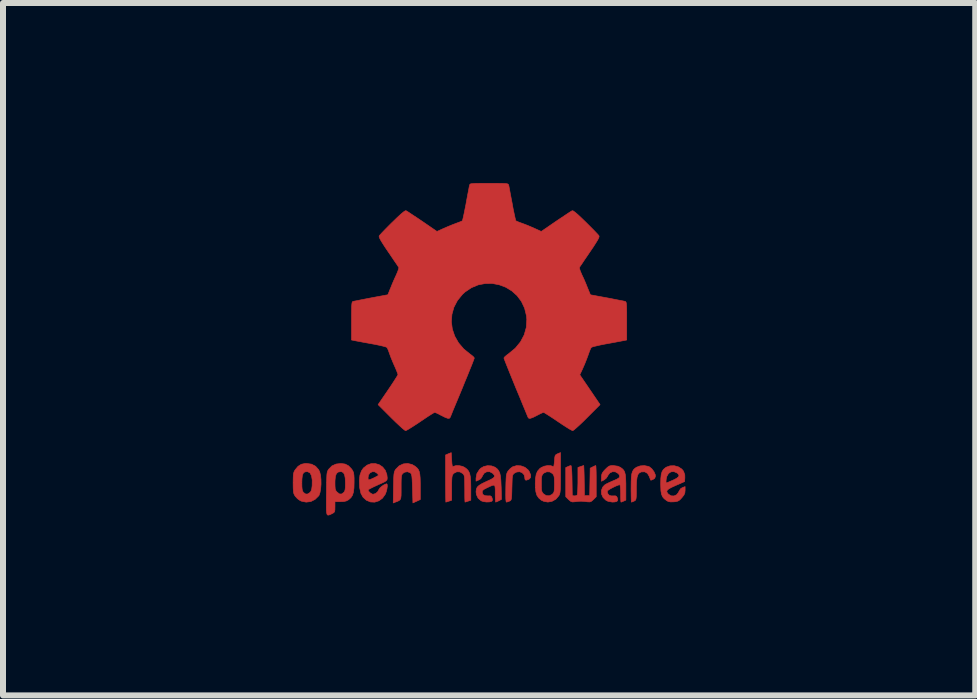
<source format=kicad_pcb>
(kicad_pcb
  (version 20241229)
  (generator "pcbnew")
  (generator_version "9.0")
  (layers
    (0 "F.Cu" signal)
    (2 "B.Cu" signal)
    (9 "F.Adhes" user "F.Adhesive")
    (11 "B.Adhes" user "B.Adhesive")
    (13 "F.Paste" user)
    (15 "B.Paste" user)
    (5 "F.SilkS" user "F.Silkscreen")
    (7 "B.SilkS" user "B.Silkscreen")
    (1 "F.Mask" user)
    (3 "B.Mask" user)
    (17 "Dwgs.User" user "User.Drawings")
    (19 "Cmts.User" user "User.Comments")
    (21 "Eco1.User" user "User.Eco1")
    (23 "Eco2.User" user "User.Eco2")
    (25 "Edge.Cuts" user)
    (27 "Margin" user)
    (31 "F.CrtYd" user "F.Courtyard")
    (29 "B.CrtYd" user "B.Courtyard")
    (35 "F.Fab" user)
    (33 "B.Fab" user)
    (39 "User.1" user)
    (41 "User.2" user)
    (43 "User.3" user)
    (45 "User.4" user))
  (footprint "oshw_surface"
    (layer "F.Cu")
    (at 5.101 2.763)
    (property "Reference" "oshw_surface" (at 0 0 0) (layer "F.Mask") (effects (font (size 1 1) (thickness 0.15))))
    (attr exclude_from_pos_files exclude_from_bom)
    (fp_poly (pts (xy 2.653 1.959) (xy 2.67 1.966) (xy 2.711 1.999) (xy 2.747 2.047) (xy 2.769 2.097) (xy 2.772 2.122) (xy 2.76 2.157) (xy 2.734 2.175) (xy 2.706 2.187) (xy 2.693 2.189) (xy 2.687 2.174) (xy 2.674 2.141) (xy 2.669 2.127) (xy 2.639 2.076) (xy 2.595 2.05) (xy 2.538 2.051) (xy 2.534 2.052) (xy 2.504 2.067) (xy 2.481 2.094) (xy 2.466 2.139) (xy 2.457 2.205) (xy 2.453 2.294) (xy 2.453 2.341) (xy 2.453 2.416) (xy 2.452 2.467) (xy 2.448 2.499) (xy 2.442 2.518) (xy 2.432 2.529) (xy 2.417 2.537) (xy 2.416 2.538) (xy 2.387 2.55) (xy 2.372 2.555) (xy 2.37 2.541) (xy 2.368 2.503) (xy 2.367 2.446) (xy 2.366 2.374) (xy 2.366 2.322) (xy 2.367 2.22) (xy 2.37 2.143) (xy 2.377 2.086) (xy 2.389 2.045) (xy 2.407 2.014) (xy 2.432 1.99) (xy 2.457 1.973) (xy 2.517 1.951) (xy 2.587 1.946) (xy 2.653 1.959)) (stroke (width 0.01) (type solid)) (fill yes) (layer "F.Cu"))
    (fp_poly (pts (xy -1.284 1.928) (xy -1.237 1.955) (xy -1.205 1.981) (xy -1.181 2.009) (xy -1.165 2.044) (xy -1.155 2.089) (xy -1.149 2.151) (xy -1.147 2.234) (xy -1.147 2.293) (xy -1.147 2.512) (xy -1.208 2.54) (xy -1.27 2.568) (xy -1.277 2.328) (xy -1.28 2.238) (xy -1.283 2.173) (xy -1.287 2.128) (xy -1.293 2.099) (xy -1.3 2.081) (xy -1.31 2.07) (xy -1.313 2.067) (xy -1.36 2.048) (xy -1.408 2.056) (xy -1.437 2.076) (xy -1.449 2.09) (xy -1.457 2.108) (xy -1.462 2.136) (xy -1.465 2.179) (xy -1.466 2.242) (xy -1.466 2.307) (xy -1.466 2.389) (xy -1.467 2.447) (xy -1.472 2.486) (xy -1.482 2.512) (xy -1.499 2.528) (xy -1.525 2.541) (xy -1.56 2.554) (xy -1.598 2.569) (xy -1.594 2.311) (xy -1.592 2.219) (xy -1.59 2.15) (xy -1.587 2.101) (xy -1.582 2.066) (xy -1.575 2.042) (xy -1.566 2.022) (xy -1.554 2.005) (xy -1.499 1.95) (xy -1.431 1.918) (xy -1.357 1.91) (xy -1.284 1.928)) (stroke (width 0.01) (type solid)) (fill yes) (layer "F.Cu"))
    (fp_poly (pts (xy 0.53 1.95) (xy 0.596 1.974) (xy 0.649 2.017) (xy 0.67 2.047) (xy 0.693 2.103) (xy 0.692 2.143) (xy 0.669 2.17) (xy 0.66 2.175) (xy 0.622 2.189) (xy 0.602 2.185) (xy 0.595 2.161) (xy 0.595 2.148) (xy 0.583 2.099) (xy 0.551 2.065) (xy 0.508 2.048) (xy 0.459 2.053) (xy 0.419 2.074) (xy 0.405 2.087) (xy 0.396 2.101) (xy 0.389 2.124) (xy 0.385 2.159) (xy 0.383 2.212) (xy 0.381 2.288) (xy 0.38 2.312) (xy 0.378 2.394) (xy 0.376 2.451) (xy 0.372 2.49) (xy 0.367 2.513) (xy 0.359 2.526) (xy 0.347 2.535) (xy 0.339 2.538) (xy 0.307 2.55) (xy 0.288 2.555) (xy 0.282 2.541) (xy 0.278 2.5) (xy 0.277 2.431) (xy 0.278 2.334) (xy 0.278 2.319) (xy 0.28 2.23) (xy 0.283 2.165) (xy 0.286 2.119) (xy 0.292 2.087) (xy 0.3 2.064) (xy 0.311 2.044) (xy 0.317 2.035) (xy 0.35 1.998) (xy 0.388 1.969) (xy 0.392 1.966) (xy 0.459 1.946) (xy 0.53 1.95)) (stroke (width 0.01) (type solid)) (fill yes) (layer "F.Cu"))
    (fp_poly (pts (xy -0.624 1.851) (xy -0.62 1.911) (xy -0.615 1.946) (xy -0.608 1.961) (xy -0.598 1.961) (xy -0.595 1.959) (xy -0.552 1.946) (xy -0.497 1.947) (xy -0.44 1.96) (xy -0.405 1.978) (xy -0.369 2.006) (xy -0.342 2.038) (xy -0.324 2.078) (xy -0.313 2.132) (xy -0.307 2.204) (xy -0.305 2.299) (xy -0.305 2.317) (xy -0.305 2.523) (xy -0.351 2.539) (xy -0.383 2.549) (xy -0.401 2.554) (xy -0.401 2.555) (xy -0.403 2.541) (xy -0.405 2.503) (xy -0.406 2.446) (xy -0.406 2.375) (xy -0.406 2.332) (xy -0.407 2.247) (xy -0.408 2.186) (xy -0.41 2.144) (xy -0.415 2.117) (xy -0.422 2.098) (xy -0.433 2.085) (xy -0.44 2.078) (xy -0.487 2.051) (xy -0.538 2.049) (xy -0.584 2.072) (xy -0.593 2.08) (xy -0.605 2.095) (xy -0.614 2.114) (xy -0.619 2.14) (xy -0.622 2.18) (xy -0.624 2.238) (xy -0.624 2.318) (xy -0.624 2.523) (xy -0.67 2.539) (xy -0.702 2.549) (xy -0.72 2.554) (xy -0.721 2.555) (xy -0.722 2.541) (xy -0.723 2.501) (xy -0.724 2.441) (xy -0.725 2.362) (xy -0.726 2.269) (xy -0.726 2.167) (xy -0.726 1.769) (xy -0.679 1.749) (xy -0.631 1.73) (xy -0.624 1.851)) (stroke (width 0.01) (type solid)) (fill yes) (layer "F.Cu"))
    (fp_poly (pts (xy 1.78 1.959) (xy 1.782 1.997) (xy 1.784 2.055) (xy 1.785 2.128) (xy 1.785 2.205) (xy 1.785 2.465) (xy 1.739 2.511) (xy 1.708 2.539) (xy 1.68 2.551) (xy 1.642 2.55) (xy 1.627 2.548) (xy 1.58 2.543) (xy 1.541 2.54) (xy 1.531 2.54) (xy 1.499 2.541) (xy 1.453 2.546) (xy 1.436 2.548) (xy 1.392 2.552) (xy 1.363 2.544) (xy 1.334 2.521) (xy 1.323 2.511) (xy 1.277 2.465) (xy 1.277 1.979) (xy 1.314 1.962) (xy 1.346 1.949) (xy 1.365 1.945) (xy 1.369 1.959) (xy 1.374 1.997) (xy 1.378 2.056) (xy 1.381 2.132) (xy 1.382 2.195) (xy 1.386 2.446) (xy 1.421 2.451) (xy 1.452 2.447) (xy 1.468 2.436) (xy 1.472 2.415) (xy 1.476 2.371) (xy 1.478 2.309) (xy 1.48 2.235) (xy 1.48 2.197) (xy 1.48 1.977) (xy 1.526 1.961) (xy 1.559 1.95) (xy 1.576 1.945) (xy 1.577 1.945) (xy 1.578 1.959) (xy 1.58 1.997) (xy 1.582 2.054) (xy 1.584 2.127) (xy 1.585 2.195) (xy 1.589 2.446) (xy 1.676 2.446) (xy 1.68 2.217) (xy 1.684 1.989) (xy 1.727 1.967) (xy 1.758 1.952) (xy 1.777 1.945) (xy 1.777 1.945) (xy 1.78 1.959)) (stroke (width 0.01) (type solid)) (fill yes) (layer "F.Cu"))
    (fp_poly (pts (xy -2.959 1.922) (xy -2.891 1.958) (xy -2.841 2.015) (xy -2.823 2.052) (xy -2.809 2.108) (xy -2.802 2.178) (xy -2.801 2.255) (xy -2.807 2.33) (xy -2.818 2.394) (xy -2.834 2.441) (xy -2.839 2.449) (xy -2.9 2.509) (xy -2.971 2.545) (xy -3.049 2.555) (xy -3.127 2.539) (xy -3.149 2.529) (xy -3.192 2.499) (xy -3.229 2.459) (xy -3.233 2.454) (xy -3.247 2.43) (xy -3.257 2.404) (xy -3.262 2.37) (xy -3.265 2.321) (xy -3.266 2.251) (xy -3.266 2.235) (xy -3.266 2.23) (xy -3.121 2.23) (xy -3.12 2.296) (xy -3.116 2.34) (xy -3.109 2.369) (xy -3.098 2.388) (xy -3.092 2.395) (xy -3.057 2.42) (xy -3.023 2.419) (xy -2.989 2.397) (xy -2.969 2.374) (xy -2.957 2.34) (xy -2.95 2.288) (xy -2.949 2.281) (xy -2.948 2.186) (xy -2.96 2.114) (xy -2.985 2.068) (xy -3.023 2.048) (xy -3.037 2.047) (xy -3.073 2.052) (xy -3.097 2.072) (xy -3.112 2.109) (xy -3.119 2.168) (xy -3.121 2.23) (xy -3.266 2.23) (xy -3.265 2.16) (xy -3.263 2.108) (xy -3.258 2.072) (xy -3.249 2.045) (xy -3.236 2.022) (xy -3.233 2.017) (xy -3.184 1.958) (xy -3.13 1.924) (xy -3.064 1.91) (xy -3.042 1.91) (xy -2.959 1.922)) (stroke (width 0.01) (type solid)) (fill yes) (layer "F.Cu"))
    (fp_poly (pts (xy 3.154 1.967) (xy 3.211 2.004) (xy 3.239 2.038) (xy 3.261 2.099) (xy 3.262 2.147) (xy 3.258 2.212) (xy 3.11 2.277) (xy 3.037 2.31) (xy 2.99 2.337) (xy 2.966 2.36) (xy 2.961 2.383) (xy 2.975 2.407) (xy 2.99 2.424) (xy 3.034 2.45) (xy 3.081 2.452) (xy 3.125 2.432) (xy 3.157 2.391) (xy 3.163 2.376) (xy 3.191 2.331) (xy 3.222 2.312) (xy 3.266 2.296) (xy 3.266 2.358) (xy 3.262 2.4) (xy 3.247 2.436) (xy 3.215 2.477) (xy 3.211 2.482) (xy 3.176 2.519) (xy 3.145 2.538) (xy 3.108 2.547) (xy 3.076 2.55) (xy 3.02 2.551) (xy 2.981 2.542) (xy 2.956 2.528) (xy 2.917 2.497) (xy 2.89 2.465) (xy 2.873 2.423) (xy 2.863 2.368) (xy 2.86 2.291) (xy 2.859 2.253) (xy 2.86 2.206) (xy 2.948 2.206) (xy 2.949 2.231) (xy 2.952 2.235) (xy 2.968 2.23) (xy 3.004 2.215) (xy 3.052 2.194) (xy 3.062 2.19) (xy 3.123 2.159) (xy 3.157 2.132) (xy 3.164 2.106) (xy 3.146 2.08) (xy 3.132 2.069) (xy 3.079 2.046) (xy 3.03 2.05) (xy 2.989 2.078) (xy 2.961 2.127) (xy 2.952 2.166) (xy 2.948 2.206) (xy 2.86 2.206) (xy 2.861 2.162) (xy 2.868 2.095) (xy 2.882 2.047) (xy 2.904 2.011) (xy 2.937 1.983) (xy 2.951 1.973) (xy 3.015 1.95) (xy 3.085 1.948) (xy 3.154 1.967)) (stroke (width 0.01) (type solid)) (fill yes) (layer "F.Cu"))
    (fp_poly (pts (xy 1.19 2.065) (xy 1.19 2.174) (xy 1.189 2.257) (xy 1.188 2.32) (xy 1.185 2.365) (xy 1.181 2.397) (xy 1.175 2.421) (xy 1.167 2.439) (xy 1.161 2.449) (xy 1.112 2.506) (xy 1.049 2.541) (xy 0.98 2.554) (xy 0.911 2.542) (xy 0.869 2.522) (xy 0.826 2.485) (xy 0.796 2.441) (xy 0.779 2.383) (xy 0.77 2.306) (xy 0.769 2.25) (xy 0.769 2.246) (xy 0.871 2.246) (xy 0.871 2.311) (xy 0.874 2.354) (xy 0.881 2.382) (xy 0.893 2.402) (xy 0.906 2.417) (xy 0.953 2.447) (xy 1.004 2.449) (xy 1.051 2.425) (xy 1.055 2.421) (xy 1.071 2.404) (xy 1.081 2.383) (xy 1.086 2.352) (xy 1.088 2.305) (xy 1.089 2.252) (xy 1.088 2.185) (xy 1.085 2.141) (xy 1.078 2.112) (xy 1.066 2.091) (xy 1.057 2.08) (xy 1.013 2.052) (xy 0.962 2.049) (xy 0.914 2.07) (xy 0.904 2.078) (xy 0.889 2.096) (xy 0.879 2.117) (xy 0.873 2.148) (xy 0.871 2.196) (xy 0.871 2.246) (xy 0.769 2.246) (xy 0.773 2.159) (xy 0.785 2.09) (xy 0.807 2.039) (xy 0.842 1.998) (xy 0.869 1.978) (xy 0.919 1.956) (xy 0.976 1.945) (xy 1.03 1.948) (xy 1.06 1.959) (xy 1.071 1.962) (xy 1.079 1.951) (xy 1.084 1.919) (xy 1.089 1.871) (xy 1.093 1.817) (xy 1.099 1.784) (xy 1.111 1.766) (xy 1.131 1.754) (xy 1.143 1.748) (xy 1.19 1.729) (xy 1.19 2.065)) (stroke (width 0.01) (type solid)) (fill yes) (layer "F.Cu"))
    (fp_poly (pts (xy -1.832 1.931) (xy -1.774 1.97) (xy -1.73 2.025) (xy -1.704 2.096) (xy -1.698 2.148) (xy -1.699 2.17) (xy -1.704 2.187) (xy -1.718 2.201) (xy -1.745 2.218) (xy -1.79 2.239) (xy -1.857 2.269) (xy -1.858 2.27) (xy -1.92 2.298) (xy -1.97 2.323) (xy -2.005 2.342) (xy -2.017 2.353) (xy -2.017 2.353) (xy -2.006 2.376) (xy -1.98 2.402) (xy -1.949 2.42) (xy -1.934 2.424) (xy -1.891 2.411) (xy -1.855 2.379) (xy -1.837 2.345) (xy -1.82 2.319) (xy -1.787 2.29) (xy -1.748 2.264) (xy -1.713 2.25) (xy -1.706 2.25) (xy -1.698 2.262) (xy -1.697 2.294) (xy -1.703 2.337) (xy -1.715 2.383) (xy -1.73 2.423) (xy -1.731 2.424) (xy -1.777 2.489) (xy -1.837 2.533) (xy -1.906 2.555) (xy -1.976 2.552) (xy -2.044 2.524) (xy -2.047 2.522) (xy -2.101 2.473) (xy -2.136 2.41) (xy -2.155 2.327) (xy -2.158 2.304) (xy -2.162 2.194) (xy -2.157 2.143) (xy -2.017 2.143) (xy -2.016 2.175) (xy -2.006 2.184) (xy -1.981 2.177) (xy -1.942 2.161) (xy -1.899 2.14) (xy -1.898 2.139) (xy -1.861 2.12) (xy -1.846 2.107) (xy -1.85 2.093) (xy -1.865 2.076) (xy -1.904 2.05) (xy -1.946 2.048) (xy -1.984 2.067) (xy -2.01 2.103) (xy -2.017 2.143) (xy -2.157 2.143) (xy -2.153 2.106) (xy -2.128 2.036) (xy -2.095 1.987) (xy -2.033 1.938) (xy -1.966 1.913) (xy -1.897 1.912) (xy -1.832 1.931)) (stroke (width 0.01) (type solid)) (fill yes) (layer "F.Cu"))
    (fp_poly (pts (xy 0.04 1.951) (xy 0.097 1.972) (xy 0.097 1.972) (xy 0.132 1.998) (xy 0.158 2.029) (xy 0.177 2.068) (xy 0.189 2.121) (xy 0.196 2.194) (xy 0.2 2.289) (xy 0.201 2.303) (xy 0.206 2.509) (xy 0.162 2.532) (xy 0.13 2.547) (xy 0.11 2.554) (xy 0.11 2.555) (xy 0.106 2.541) (xy 0.104 2.505) (xy 0.102 2.451) (xy 0.102 2.408) (xy 0.102 2.339) (xy 0.098 2.295) (xy 0.087 2.274) (xy 0.064 2.273) (xy 0.022 2.289) (xy -0.04 2.318) (xy -0.086 2.342) (xy -0.109 2.363) (xy -0.116 2.386) (xy -0.116 2.387) (xy -0.105 2.426) (xy -0.071 2.447) (xy -0.019 2.451) (xy 0.018 2.45) (xy 0.038 2.461) (xy 0.05 2.487) (xy 0.057 2.519) (xy 0.047 2.538) (xy 0.043 2.541) (xy 0.007 2.551) (xy -0.043 2.553) (xy -0.095 2.546) (xy -0.132 2.533) (xy -0.183 2.49) (xy -0.212 2.429) (xy -0.218 2.382) (xy -0.213 2.34) (xy -0.198 2.305) (xy -0.166 2.275) (xy -0.115 2.244) (xy -0.041 2.209) (xy -0.036 2.207) (xy 0.031 2.176) (xy 0.072 2.151) (xy 0.09 2.128) (xy 0.086 2.105) (xy 0.063 2.078) (xy 0.056 2.072) (xy 0.009 2.048) (xy -0.04 2.049) (xy -0.082 2.072) (xy -0.111 2.116) (xy -0.113 2.124) (xy -0.139 2.165) (xy -0.171 2.185) (xy -0.218 2.205) (xy -0.218 2.154) (xy -0.204 2.08) (xy -0.161 2.012) (xy -0.139 1.99) (xy -0.089 1.961) (xy -0.026 1.947) (xy 0.04 1.951)) (stroke (width 0.01) (type solid)) (fill yes) (layer "F.Cu"))
    (fp_poly (pts (xy -2.4 1.92) (xy -2.345 1.948) (xy -2.296 1.998) (xy -2.282 2.017) (xy -2.268 2.042) (xy -2.258 2.069) (xy -2.253 2.105) (xy -2.25 2.156) (xy -2.25 2.224) (xy -2.252 2.318) (xy -2.261 2.388) (xy -2.277 2.44) (xy -2.303 2.48) (xy -2.34 2.513) (xy -2.342 2.515) (xy -2.379 2.535) (xy -2.422 2.545) (xy -2.478 2.547) (xy -2.569 2.547) (xy -2.569 2.635) (xy -2.57 2.684) (xy -2.575 2.713) (xy -2.588 2.73) (xy -2.614 2.745) (xy -2.62 2.748) (xy -2.649 2.762) (xy -2.672 2.77) (xy -2.688 2.771) (xy -2.7 2.761) (xy -2.707 2.737) (xy -2.712 2.696) (xy -2.713 2.636) (xy -2.713 2.553) (xy -2.712 2.445) (xy -2.711 2.413) (xy -2.71 2.302) (xy -2.709 2.229) (xy -2.569 2.229) (xy -2.568 2.29) (xy -2.565 2.331) (xy -2.557 2.358) (xy -2.543 2.378) (xy -2.533 2.388) (xy -2.495 2.418) (xy -2.46 2.42) (xy -2.425 2.396) (xy -2.424 2.395) (xy -2.409 2.376) (xy -2.401 2.351) (xy -2.396 2.312) (xy -2.395 2.252) (xy -2.395 2.238) (xy -2.398 2.156) (xy -2.409 2.099) (xy -2.429 2.064) (xy -2.458 2.048) (xy -2.476 2.047) (xy -2.516 2.054) (xy -2.544 2.078) (xy -2.561 2.123) (xy -2.568 2.191) (xy -2.569 2.229) (xy -2.709 2.229) (xy -2.708 2.215) (xy -2.706 2.15) (xy -2.704 2.103) (xy -2.7 2.069) (xy -2.694 2.045) (xy -2.687 2.028) (xy -2.677 2.012) (xy -2.673 2.006) (xy -2.619 1.951) (xy -2.55 1.92) (xy -2.47 1.911) (xy -2.4 1.92)) (stroke (width 0.01) (type solid)) (fill yes) (layer "F.Cu"))
    (fp_poly (pts (xy 2.145 1.956) (xy 2.187 1.975) (xy 2.219 1.998) (xy 2.244 2.024) (xy 2.26 2.057) (xy 2.271 2.103) (xy 2.276 2.165) (xy 2.279 2.249) (xy 2.279 2.305) (xy 2.279 2.521) (xy 2.242 2.538) (xy 2.213 2.55) (xy 2.198 2.555) (xy 2.195 2.541) (xy 2.193 2.505) (xy 2.192 2.452) (xy 2.192 2.409) (xy 2.19 2.348) (xy 2.187 2.3) (xy 2.182 2.271) (xy 2.178 2.264) (xy 2.153 2.271) (xy 2.112 2.287) (xy 2.066 2.309) (xy 2.021 2.333) (xy 1.986 2.355) (xy 1.97 2.37) (xy 1.97 2.37) (xy 1.971 2.397) (xy 1.984 2.423) (xy 2.006 2.444) (xy 2.038 2.451) (xy 2.065 2.451) (xy 2.104 2.45) (xy 2.124 2.459) (xy 2.136 2.483) (xy 2.138 2.488) (xy 2.143 2.522) (xy 2.129 2.543) (xy 2.092 2.552) (xy 2.052 2.554) (xy 1.981 2.541) (xy 1.943 2.521) (xy 1.898 2.476) (xy 1.873 2.42) (xy 1.871 2.361) (xy 1.892 2.306) (xy 1.923 2.271) (xy 1.953 2.252) (xy 2.002 2.228) (xy 2.058 2.203) (xy 2.068 2.199) (xy 2.13 2.172) (xy 2.166 2.148) (xy 2.177 2.124) (xy 2.167 2.097) (xy 2.148 2.076) (xy 2.104 2.05) (xy 2.056 2.048) (xy 2.012 2.068) (xy 1.981 2.108) (xy 1.977 2.118) (xy 1.952 2.156) (xy 1.917 2.184) (xy 1.872 2.207) (xy 1.872 2.141) (xy 1.875 2.102) (xy 1.886 2.07) (xy 1.911 2.036) (xy 1.935 2.01) (xy 1.972 1.974) (xy 2.001 1.954) (xy 2.033 1.946) (xy 2.068 1.945) (xy 2.145 1.956)) (stroke (width 0.01) (type solid)) (fill yes) (layer "F.Cu"))
    (fp_poly (pts (xy 0.104 -2.758) (xy 0.182 -2.757) (xy 0.239 -2.756) (xy 0.278 -2.754) (xy 0.303 -2.75) (xy 0.316 -2.744) (xy 0.323 -2.737) (xy 0.326 -2.726) (xy 0.327 -2.725) (xy 0.332 -2.701) (xy 0.341 -2.653) (xy 0.353 -2.587) (xy 0.368 -2.508) (xy 0.385 -2.42) (xy 0.385 -2.417) (xy 0.401 -2.331) (xy 0.417 -2.255) (xy 0.43 -2.194) (xy 0.44 -2.152) (xy 0.446 -2.133) (xy 0.447 -2.133) (xy 0.465 -2.124) (xy 0.502 -2.109) (xy 0.551 -2.091) (xy 0.552 -2.091) (xy 0.613 -2.068) (xy 0.686 -2.038) (xy 0.754 -2.008) (xy 0.757 -2.007) (xy 0.869 -1.956) (xy 1.115 -2.125) (xy 1.191 -2.176) (xy 1.26 -2.222) (xy 1.317 -2.26) (xy 1.359 -2.287) (xy 1.383 -2.301) (xy 1.385 -2.302) (xy 1.402 -2.298) (xy 1.434 -2.275) (xy 1.481 -2.235) (xy 1.546 -2.174) (xy 1.612 -2.11) (xy 1.676 -2.046) (xy 1.733 -1.989) (xy 1.78 -1.94) (xy 1.814 -1.904) (xy 1.83 -1.884) (xy 1.831 -1.883) (xy 1.833 -1.869) (xy 1.826 -1.847) (xy 1.809 -1.814) (xy 1.779 -1.765) (xy 1.737 -1.699) (xy 1.679 -1.614) (xy 1.629 -1.54) (xy 1.583 -1.473) (xy 1.546 -1.417) (xy 1.519 -1.378) (xy 1.506 -1.357) (xy 1.505 -1.356) (xy 1.507 -1.336) (xy 1.519 -1.298) (xy 1.54 -1.248) (xy 1.547 -1.232) (xy 1.58 -1.162) (xy 1.614 -1.082) (xy 1.642 -1.012) (xy 1.663 -0.961) (xy 1.679 -0.922) (xy 1.688 -0.901) (xy 1.689 -0.9) (xy 1.706 -0.897) (xy 1.746 -0.89) (xy 1.804 -0.879) (xy 1.875 -0.866) (xy 1.952 -0.852) (xy 2.032 -0.837) (xy 2.107 -0.822) (xy 2.174 -0.809) (xy 2.227 -0.799) (xy 2.26 -0.792) (xy 2.268 -0.79) (xy 2.276 -0.785) (xy 2.283 -0.774) (xy 2.287 -0.754) (xy 2.29 -0.72) (xy 2.292 -0.67) (xy 2.293 -0.599) (xy 2.293 -0.504) (xy 2.293 -0.465) (xy 2.293 -0.147) (xy 2.217 -0.132) (xy 2.175 -0.124) (xy 2.111 -0.112) (xy 2.035 -0.098) (xy 1.953 -0.083) (xy 1.93 -0.079) (xy 1.855 -0.064) (xy 1.789 -0.049) (xy 1.738 -0.037) (xy 1.709 -0.027) (xy 1.704 -0.024) (xy 1.691 -0.003) (xy 1.674 0.038) (xy 1.655 0.09) (xy 1.651 0.102) (xy 1.625 0.172) (xy 1.594 0.25) (xy 1.563 0.321) (xy 1.563 0.322) (xy 1.511 0.433) (xy 1.68 0.681) (xy 1.849 0.93) (xy 1.632 1.147) (xy 1.567 1.212) (xy 1.507 1.269) (xy 1.456 1.315) (xy 1.418 1.348) (xy 1.396 1.363) (xy 1.392 1.364) (xy 1.374 1.356) (xy 1.335 1.335) (xy 1.281 1.301) (xy 1.216 1.259) (xy 1.146 1.212) (xy 1.075 1.164) (xy 1.011 1.122) (xy 0.959 1.089) (xy 0.923 1.067) (xy 0.907 1.06) (xy 0.887 1.066) (xy 0.85 1.083) (xy 0.803 1.107) (xy 0.798 1.11) (xy 0.734 1.142) (xy 0.69 1.158) (xy 0.663 1.158) (xy 0.649 1.143) (xy 0.649 1.143) (xy 0.642 1.126) (xy 0.625 1.085) (xy 0.6 1.024) (xy 0.567 0.945) (xy 0.529 0.852) (xy 0.486 0.748) (xy 0.444 0.648) (xy 0.399 0.537) (xy 0.357 0.434) (xy 0.32 0.342) (xy 0.289 0.265) (xy 0.266 0.206) (xy 0.251 0.167) (xy 0.247 0.153) (xy 0.258 0.136) (xy 0.287 0.11) (xy 0.326 0.081) (xy 0.437 -0.011) (xy 0.523 -0.116) (xy 0.585 -0.233) (xy 0.62 -0.358) (xy 0.628 -0.49) (xy 0.622 -0.552) (xy 0.591 -0.678) (xy 0.538 -0.79) (xy 0.466 -0.886) (xy 0.378 -0.965) (xy 0.278 -1.026) (xy 0.168 -1.067) (xy 0.053 -1.089) (xy -0.065 -1.088) (xy -0.181 -1.066) (xy -0.294 -1.019) (xy -0.4 -0.948) (xy -0.444 -0.908) (xy -0.528 -0.805) (xy -0.587 -0.692) (xy -0.62 -0.573) (xy -0.629 -0.451) (xy -0.613 -0.329) (xy -0.573 -0.211) (xy -0.51 -0.1) (xy -0.423 0.002) (xy -0.326 0.081) (xy -0.286 0.111) (xy -0.257 0.137) (xy -0.247 0.153) (xy -0.252 0.17) (xy -0.267 0.21) (xy -0.291 0.272) (xy -0.323 0.35) (xy -0.36 0.443) (xy -0.403 0.546) (xy -0.444 0.648) (xy -0.49 0.759) (xy -0.533 0.862) (xy -0.571 0.953) (xy -0.603 1.03) (xy -0.627 1.09) (xy -0.643 1.129) (xy -0.649 1.143) (xy -0.663 1.158) (xy -0.69 1.158) (xy -0.734 1.142) (xy -0.797 1.11) (xy -0.798 1.11) (xy -0.845 1.085) (xy -0.884 1.067) (xy -0.906 1.06) (xy -0.907 1.06) (xy -0.923 1.067) (xy -0.96 1.089) (xy -1.012 1.122) (xy -1.075 1.164) (xy -1.146 1.212) (xy -1.218 1.26) (xy -1.283 1.302) (xy -1.336 1.335) (xy -1.374 1.357) (xy -1.392 1.364) (xy -1.409 1.354) (xy -1.443 1.327) (xy -1.49 1.284) (xy -1.547 1.231) (xy -1.612 1.168) (xy -1.633 1.147) (xy -1.85 0.93) (xy -1.684 0.687) (xy -1.634 0.613) (xy -1.59 0.546) (xy -1.555 0.491) (xy -1.53 0.451) (xy -1.519 0.43) (xy -1.519 0.429) (xy -1.525 0.409) (xy -1.54 0.37) (xy -1.562 0.317) (xy -1.578 0.282) (xy -1.607 0.215) (xy -1.635 0.147) (xy -1.656 0.09) (xy -1.662 0.073) (xy -1.679 0.026) (xy -1.695 -0.01) (xy -1.704 -0.024) (xy -1.723 -0.032) (xy -1.766 -0.044) (xy -1.826 -0.058) (xy -1.898 -0.073) (xy -1.93 -0.079) (xy -2.012 -0.094) (xy -2.091 -0.108) (xy -2.159 -0.121) (xy -2.208 -0.13) (xy -2.217 -0.132) (xy -2.293 -0.147) (xy -2.293 -0.465) (xy -2.293 -0.569) (xy -2.292 -0.648) (xy -2.291 -0.705) (xy -2.288 -0.744) (xy -2.284 -0.769) (xy -2.279 -0.782) (xy -2.271 -0.789) (xy -2.268 -0.79) (xy -2.249 -0.794) (xy -2.207 -0.802) (xy -2.148 -0.814) (xy -2.077 -0.828) (xy -1.999 -0.843) (xy -1.92 -0.858) (xy -1.845 -0.872) (xy -1.779 -0.884) (xy -1.727 -0.894) (xy -1.696 -0.899) (xy -1.689 -0.9) (xy -1.683 -0.912) (xy -1.669 -0.946) (xy -1.65 -0.994) (xy -1.642 -1.012) (xy -1.613 -1.085) (xy -1.578 -1.165) (xy -1.547 -1.232) (xy -1.525 -1.284) (xy -1.51 -1.326) (xy -1.504 -1.352) (xy -1.505 -1.356) (xy -1.516 -1.372) (xy -1.54 -1.409) (xy -1.576 -1.461) (xy -1.62 -1.526) (xy -1.67 -1.6) (xy -1.68 -1.614) (xy -1.738 -1.7) (xy -1.78 -1.766) (xy -1.809 -1.814) (xy -1.826 -1.847) (xy -1.833 -1.869) (xy -1.831 -1.883) (xy -1.831 -1.883) (xy -1.816 -1.901) (xy -1.785 -1.935) (xy -1.739 -1.983) (xy -1.683 -2.04) (xy -1.62 -2.103) (xy -1.612 -2.11) (xy -1.533 -2.187) (xy -1.471 -2.244) (xy -1.427 -2.281) (xy -1.398 -2.3) (xy -1.385 -2.302) (xy -1.367 -2.292) (xy -1.328 -2.267) (xy -1.274 -2.231) (xy -1.207 -2.187) (xy -1.133 -2.137) (xy -1.115 -2.125) (xy -0.869 -1.956) (xy -0.757 -2.007) (xy -0.69 -2.036) (xy -0.617 -2.066) (xy -0.554 -2.09) (xy -0.552 -2.091) (xy -0.503 -2.109) (xy -0.465 -2.124) (xy -0.447 -2.133) (xy -0.447 -2.133) (xy -0.441 -2.149) (xy -0.431 -2.19) (xy -0.418 -2.25) (xy -0.403 -2.325) (xy -0.386 -2.41) (xy -0.385 -2.417) (xy -0.369 -2.505) (xy -0.354 -2.585) (xy -0.341 -2.651) (xy -0.332 -2.7) (xy -0.327 -2.725) (xy -0.327 -2.725) (xy -0.323 -2.736) (xy -0.317 -2.744) (xy -0.305 -2.75) (xy -0.281 -2.753) (xy -0.244 -2.756) (xy -0.19 -2.757) (xy -0.114 -2.758) (xy -0.013 -2.758) (xy 0 -2.758) (xy 0.104 -2.758)) (stroke (width 0.01) (type solid)) (fill yes) (layer "F.Cu"))
    (fp_poly (pts (xy 2.653 1.959) (xy 2.67 1.966) (xy 2.711 1.999) (xy 2.747 2.047) (xy 2.769 2.097) (xy 2.772 2.122) (xy 2.76 2.157) (xy 2.734 2.175) (xy 2.706 2.187) (xy 2.693 2.189) (xy 2.687 2.174) (xy 2.674 2.141) (xy 2.669 2.127) (xy 2.639 2.076) (xy 2.595 2.05) (xy 2.538 2.051) (xy 2.534 2.052) (xy 2.504 2.067) (xy 2.481 2.094) (xy 2.466 2.139) (xy 2.457 2.205) (xy 2.453 2.294) (xy 2.453 2.341) (xy 2.453 2.416) (xy 2.452 2.467) (xy 2.448 2.499) (xy 2.442 2.518) (xy 2.432 2.529) (xy 2.417 2.537) (xy 2.416 2.538) (xy 2.387 2.55) (xy 2.372 2.555) (xy 2.37 2.541) (xy 2.368 2.503) (xy 2.367 2.446) (xy 2.366 2.374) (xy 2.366 2.322) (xy 2.367 2.22) (xy 2.37 2.143) (xy 2.377 2.086) (xy 2.389 2.045) (xy 2.407 2.014) (xy 2.432 1.99) (xy 2.457 1.973) (xy 2.517 1.951) (xy 2.587 1.946) (xy 2.653 1.959)) (stroke (width 0.01) (type solid)) (fill yes) (layer "F.Mask"))
    (fp_poly (pts (xy -1.284 1.928) (xy -1.237 1.955) (xy -1.205 1.981) (xy -1.181 2.009) (xy -1.165 2.044) (xy -1.155 2.089) (xy -1.149 2.151) (xy -1.147 2.234) (xy -1.147 2.293) (xy -1.147 2.512) (xy -1.208 2.54) (xy -1.27 2.568) (xy -1.277 2.328) (xy -1.28 2.238) (xy -1.283 2.173) (xy -1.287 2.128) (xy -1.293 2.099) (xy -1.3 2.081) (xy -1.31 2.07) (xy -1.313 2.067) (xy -1.36 2.048) (xy -1.408 2.056) (xy -1.437 2.076) (xy -1.449 2.09) (xy -1.457 2.108) (xy -1.462 2.136) (xy -1.465 2.179) (xy -1.466 2.242) (xy -1.466 2.307) (xy -1.466 2.389) (xy -1.467 2.447) (xy -1.472 2.486) (xy -1.482 2.512) (xy -1.499 2.528) (xy -1.525 2.541) (xy -1.56 2.554) (xy -1.598 2.569) (xy -1.594 2.311) (xy -1.592 2.219) (xy -1.59 2.15) (xy -1.587 2.101) (xy -1.582 2.066) (xy -1.575 2.042) (xy -1.566 2.022) (xy -1.554 2.005) (xy -1.499 1.95) (xy -1.431 1.918) (xy -1.357 1.91) (xy -1.284 1.928)) (stroke (width 0.01) (type solid)) (fill yes) (layer "F.Mask"))
    (fp_poly (pts (xy 0.53 1.95) (xy 0.596 1.974) (xy 0.649 2.017) (xy 0.67 2.047) (xy 0.693 2.103) (xy 0.692 2.143) (xy 0.669 2.17) (xy 0.66 2.175) (xy 0.622 2.189) (xy 0.602 2.185) (xy 0.595 2.161) (xy 0.595 2.148) (xy 0.583 2.099) (xy 0.551 2.065) (xy 0.508 2.048) (xy 0.459 2.053) (xy 0.419 2.074) (xy 0.405 2.087) (xy 0.396 2.101) (xy 0.389 2.124) (xy 0.385 2.159) (xy 0.383 2.212) (xy 0.381 2.288) (xy 0.38 2.312) (xy 0.378 2.394) (xy 0.376 2.451) (xy 0.372 2.49) (xy 0.367 2.513) (xy 0.359 2.526) (xy 0.347 2.535) (xy 0.339 2.538) (xy 0.307 2.55) (xy 0.288 2.555) (xy 0.282 2.541) (xy 0.278 2.5) (xy 0.277 2.431) (xy 0.278 2.334) (xy 0.278 2.319) (xy 0.28 2.23) (xy 0.283 2.165) (xy 0.286 2.119) (xy 0.292 2.087) (xy 0.3 2.064) (xy 0.311 2.044) (xy 0.317 2.035) (xy 0.35 1.998) (xy 0.388 1.969) (xy 0.392 1.966) (xy 0.459 1.946) (xy 0.53 1.95)) (stroke (width 0.01) (type solid)) (fill yes) (layer "F.Mask"))
    (fp_poly (pts (xy -0.624 1.851) (xy -0.62 1.911) (xy -0.615 1.946) (xy -0.608 1.961) (xy -0.598 1.961) (xy -0.595 1.959) (xy -0.552 1.946) (xy -0.497 1.947) (xy -0.44 1.96) (xy -0.405 1.978) (xy -0.369 2.006) (xy -0.342 2.038) (xy -0.324 2.078) (xy -0.313 2.132) (xy -0.307 2.204) (xy -0.305 2.299) (xy -0.305 2.317) (xy -0.305 2.523) (xy -0.351 2.539) (xy -0.383 2.549) (xy -0.401 2.554) (xy -0.401 2.555) (xy -0.403 2.541) (xy -0.405 2.503) (xy -0.406 2.446) (xy -0.406 2.375) (xy -0.406 2.332) (xy -0.407 2.247) (xy -0.408 2.186) (xy -0.41 2.144) (xy -0.415 2.117) (xy -0.422 2.098) (xy -0.433 2.085) (xy -0.44 2.078) (xy -0.487 2.051) (xy -0.538 2.049) (xy -0.584 2.072) (xy -0.593 2.08) (xy -0.605 2.095) (xy -0.614 2.114) (xy -0.619 2.14) (xy -0.622 2.18) (xy -0.624 2.238) (xy -0.624 2.318) (xy -0.624 2.523) (xy -0.67 2.539) (xy -0.702 2.549) (xy -0.72 2.554) (xy -0.721 2.555) (xy -0.722 2.541) (xy -0.723 2.501) (xy -0.724 2.441) (xy -0.725 2.362) (xy -0.726 2.269) (xy -0.726 2.167) (xy -0.726 1.769) (xy -0.679 1.749) (xy -0.631 1.73) (xy -0.624 1.851)) (stroke (width 0.01) (type solid)) (fill yes) (layer "F.Mask"))
    (fp_poly (pts (xy 1.78 1.959) (xy 1.782 1.997) (xy 1.784 2.055) (xy 1.785 2.128) (xy 1.785 2.205) (xy 1.785 2.465) (xy 1.739 2.511) (xy 1.708 2.539) (xy 1.68 2.551) (xy 1.642 2.55) (xy 1.627 2.548) (xy 1.58 2.543) (xy 1.541 2.54) (xy 1.531 2.54) (xy 1.499 2.541) (xy 1.453 2.546) (xy 1.436 2.548) (xy 1.392 2.552) (xy 1.363 2.544) (xy 1.334 2.521) (xy 1.323 2.511) (xy 1.277 2.465) (xy 1.277 1.979) (xy 1.314 1.962) (xy 1.346 1.949) (xy 1.365 1.945) (xy 1.369 1.959) (xy 1.374 1.997) (xy 1.378 2.056) (xy 1.381 2.132) (xy 1.382 2.195) (xy 1.386 2.446) (xy 1.421 2.451) (xy 1.452 2.447) (xy 1.468 2.436) (xy 1.472 2.415) (xy 1.476 2.371) (xy 1.478 2.309) (xy 1.48 2.235) (xy 1.48 2.197) (xy 1.48 1.977) (xy 1.526 1.961) (xy 1.559 1.95) (xy 1.576 1.945) (xy 1.577 1.945) (xy 1.578 1.959) (xy 1.58 1.997) (xy 1.582 2.054) (xy 1.584 2.127) (xy 1.585 2.195) (xy 1.589 2.446) (xy 1.676 2.446) (xy 1.68 2.217) (xy 1.684 1.989) (xy 1.727 1.967) (xy 1.758 1.952) (xy 1.777 1.945) (xy 1.777 1.945) (xy 1.78 1.959)) (stroke (width 0.01) (type solid)) (fill yes) (layer "F.Mask"))
    (fp_poly (pts (xy -2.959 1.922) (xy -2.891 1.958) (xy -2.841 2.015) (xy -2.823 2.052) (xy -2.809 2.108) (xy -2.802 2.178) (xy -2.801 2.255) (xy -2.807 2.33) (xy -2.818 2.394) (xy -2.834 2.441) (xy -2.839 2.449) (xy -2.9 2.509) (xy -2.971 2.545) (xy -3.049 2.555) (xy -3.127 2.539) (xy -3.149 2.529) (xy -3.192 2.499) (xy -3.229 2.459) (xy -3.233 2.454) (xy -3.247 2.43) (xy -3.257 2.404) (xy -3.262 2.37) (xy -3.265 2.321) (xy -3.266 2.251) (xy -3.266 2.235) (xy -3.266 2.23) (xy -3.121 2.23) (xy -3.12 2.296) (xy -3.116 2.34) (xy -3.109 2.369) (xy -3.098 2.388) (xy -3.092 2.395) (xy -3.057 2.42) (xy -3.023 2.419) (xy -2.989 2.397) (xy -2.969 2.374) (xy -2.957 2.34) (xy -2.95 2.288) (xy -2.949 2.281) (xy -2.948 2.186) (xy -2.96 2.114) (xy -2.985 2.068) (xy -3.023 2.048) (xy -3.037 2.047) (xy -3.073 2.052) (xy -3.097 2.072) (xy -3.112 2.109) (xy -3.119 2.168) (xy -3.121 2.23) (xy -3.266 2.23) (xy -3.265 2.16) (xy -3.263 2.108) (xy -3.258 2.072) (xy -3.249 2.045) (xy -3.236 2.022) (xy -3.233 2.017) (xy -3.184 1.958) (xy -3.13 1.924) (xy -3.064 1.91) (xy -3.042 1.91) (xy -2.959 1.922)) (stroke (width 0.01) (type solid)) (fill yes) (layer "F.Mask"))
    (fp_poly (pts (xy 3.154 1.967) (xy 3.211 2.004) (xy 3.239 2.038) (xy 3.261 2.099) (xy 3.262 2.147) (xy 3.258 2.212) (xy 3.11 2.277) (xy 3.037 2.31) (xy 2.99 2.337) (xy 2.966 2.36) (xy 2.961 2.383) (xy 2.975 2.407) (xy 2.99 2.424) (xy 3.034 2.45) (xy 3.081 2.452) (xy 3.125 2.432) (xy 3.157 2.391) (xy 3.163 2.376) (xy 3.191 2.331) (xy 3.222 2.312) (xy 3.266 2.296) (xy 3.266 2.358) (xy 3.262 2.4) (xy 3.247 2.436) (xy 3.215 2.477) (xy 3.211 2.482) (xy 3.176 2.519) (xy 3.145 2.538) (xy 3.108 2.547) (xy 3.076 2.55) (xy 3.02 2.551) (xy 2.981 2.542) (xy 2.956 2.528) (xy 2.917 2.497) (xy 2.89 2.465) (xy 2.873 2.423) (xy 2.863 2.368) (xy 2.86 2.291) (xy 2.859 2.253) (xy 2.86 2.206) (xy 2.948 2.206) (xy 2.949 2.231) (xy 2.952 2.235) (xy 2.968 2.23) (xy 3.004 2.215) (xy 3.052 2.194) (xy 3.062 2.19) (xy 3.123 2.159) (xy 3.157 2.132) (xy 3.164 2.106) (xy 3.146 2.08) (xy 3.132 2.069) (xy 3.079 2.046) (xy 3.03 2.05) (xy 2.989 2.078) (xy 2.961 2.127) (xy 2.952 2.166) (xy 2.948 2.206) (xy 2.86 2.206) (xy 2.861 2.162) (xy 2.868 2.095) (xy 2.882 2.047) (xy 2.904 2.011) (xy 2.937 1.983) (xy 2.951 1.973) (xy 3.015 1.95) (xy 3.085 1.948) (xy 3.154 1.967)) (stroke (width 0.01) (type solid)) (fill yes) (layer "F.Mask"))
    (fp_poly (pts (xy 1.19 2.065) (xy 1.19 2.174) (xy 1.189 2.257) (xy 1.188 2.32) (xy 1.185 2.365) (xy 1.181 2.397) (xy 1.175 2.421) (xy 1.167 2.439) (xy 1.161 2.449) (xy 1.112 2.506) (xy 1.049 2.541) (xy 0.98 2.554) (xy 0.911 2.542) (xy 0.869 2.522) (xy 0.826 2.485) (xy 0.796 2.441) (xy 0.779 2.383) (xy 0.77 2.306) (xy 0.769 2.25) (xy 0.769 2.246) (xy 0.871 2.246) (xy 0.871 2.311) (xy 0.874 2.354) (xy 0.881 2.382) (xy 0.893 2.402) (xy 0.906 2.417) (xy 0.953 2.447) (xy 1.004 2.449) (xy 1.051 2.425) (xy 1.055 2.421) (xy 1.071 2.404) (xy 1.081 2.383) (xy 1.086 2.352) (xy 1.088 2.305) (xy 1.089 2.252) (xy 1.088 2.185) (xy 1.085 2.141) (xy 1.078 2.112) (xy 1.066 2.091) (xy 1.057 2.08) (xy 1.013 2.052) (xy 0.962 2.049) (xy 0.914 2.07) (xy 0.904 2.078) (xy 0.889 2.096) (xy 0.879 2.117) (xy 0.873 2.148) (xy 0.871 2.196) (xy 0.871 2.246) (xy 0.769 2.246) (xy 0.773 2.159) (xy 0.785 2.09) (xy 0.807 2.039) (xy 0.842 1.998) (xy 0.869 1.978) (xy 0.919 1.956) (xy 0.976 1.945) (xy 1.03 1.948) (xy 1.06 1.959) (xy 1.071 1.962) (xy 1.079 1.951) (xy 1.084 1.919) (xy 1.089 1.871) (xy 1.093 1.817) (xy 1.099 1.784) (xy 1.111 1.766) (xy 1.131 1.754) (xy 1.143 1.748) (xy 1.19 1.729) (xy 1.19 2.065)) (stroke (width 0.01) (type solid)) (fill yes) (layer "F.Mask"))
    (fp_poly (pts (xy -1.832 1.931) (xy -1.774 1.97) (xy -1.73 2.025) (xy -1.704 2.096) (xy -1.698 2.148) (xy -1.699 2.17) (xy -1.704 2.187) (xy -1.718 2.201) (xy -1.745 2.218) (xy -1.79 2.239) (xy -1.857 2.269) (xy -1.858 2.27) (xy -1.92 2.298) (xy -1.97 2.323) (xy -2.005 2.342) (xy -2.017 2.353) (xy -2.017 2.353) (xy -2.006 2.376) (xy -1.98 2.402) (xy -1.949 2.42) (xy -1.934 2.424) (xy -1.891 2.411) (xy -1.855 2.379) (xy -1.837 2.345) (xy -1.82 2.319) (xy -1.787 2.29) (xy -1.748 2.264) (xy -1.713 2.25) (xy -1.706 2.25) (xy -1.698 2.262) (xy -1.697 2.294) (xy -1.703 2.337) (xy -1.715 2.383) (xy -1.73 2.423) (xy -1.731 2.424) (xy -1.777 2.489) (xy -1.837 2.533) (xy -1.906 2.555) (xy -1.976 2.552) (xy -2.044 2.524) (xy -2.047 2.522) (xy -2.101 2.473) (xy -2.136 2.41) (xy -2.155 2.327) (xy -2.158 2.304) (xy -2.162 2.194) (xy -2.157 2.143) (xy -2.017 2.143) (xy -2.016 2.175) (xy -2.006 2.184) (xy -1.981 2.177) (xy -1.942 2.161) (xy -1.899 2.14) (xy -1.898 2.139) (xy -1.861 2.12) (xy -1.846 2.107) (xy -1.85 2.093) (xy -1.865 2.076) (xy -1.904 2.05) (xy -1.946 2.048) (xy -1.984 2.067) (xy -2.01 2.103) (xy -2.017 2.143) (xy -2.157 2.143) (xy -2.153 2.106) (xy -2.128 2.036) (xy -2.095 1.987) (xy -2.033 1.938) (xy -1.966 1.913) (xy -1.897 1.912) (xy -1.832 1.931)) (stroke (width 0.01) (type solid)) (fill yes) (layer "F.Mask"))
    (fp_poly (pts (xy 0.04 1.951) (xy 0.097 1.972) (xy 0.097 1.972) (xy 0.132 1.998) (xy 0.158 2.029) (xy 0.177 2.068) (xy 0.189 2.121) (xy 0.196 2.194) (xy 0.2 2.289) (xy 0.201 2.303) (xy 0.206 2.509) (xy 0.162 2.532) (xy 0.13 2.547) (xy 0.11 2.554) (xy 0.11 2.555) (xy 0.106 2.541) (xy 0.104 2.505) (xy 0.102 2.451) (xy 0.102 2.408) (xy 0.102 2.339) (xy 0.098 2.295) (xy 0.087 2.274) (xy 0.064 2.273) (xy 0.022 2.289) (xy -0.04 2.318) (xy -0.086 2.342) (xy -0.109 2.363) (xy -0.116 2.386) (xy -0.116 2.387) (xy -0.105 2.426) (xy -0.071 2.447) (xy -0.019 2.451) (xy 0.018 2.45) (xy 0.038 2.461) (xy 0.05 2.487) (xy 0.057 2.519) (xy 0.047 2.538) (xy 0.043 2.541) (xy 0.007 2.551) (xy -0.043 2.553) (xy -0.095 2.546) (xy -0.132 2.533) (xy -0.183 2.49) (xy -0.212 2.429) (xy -0.218 2.382) (xy -0.213 2.34) (xy -0.198 2.305) (xy -0.166 2.275) (xy -0.115 2.244) (xy -0.041 2.209) (xy -0.036 2.207) (xy 0.031 2.176) (xy 0.072 2.151) (xy 0.09 2.128) (xy 0.086 2.105) (xy 0.063 2.078) (xy 0.056 2.072) (xy 0.009 2.048) (xy -0.04 2.049) (xy -0.082 2.072) (xy -0.111 2.116) (xy -0.113 2.124) (xy -0.139 2.165) (xy -0.171 2.185) (xy -0.218 2.205) (xy -0.218 2.154) (xy -0.204 2.08) (xy -0.161 2.012) (xy -0.139 1.99) (xy -0.089 1.961) (xy -0.026 1.947) (xy 0.04 1.951)) (stroke (width 0.01) (type solid)) (fill yes) (layer "F.Mask"))
    (fp_poly (pts (xy -2.4 1.92) (xy -2.345 1.948) (xy -2.296 1.998) (xy -2.282 2.017) (xy -2.268 2.042) (xy -2.258 2.069) (xy -2.253 2.105) (xy -2.25 2.156) (xy -2.25 2.224) (xy -2.252 2.318) (xy -2.261 2.388) (xy -2.277 2.44) (xy -2.303 2.48) (xy -2.34 2.513) (xy -2.342 2.515) (xy -2.379 2.535) (xy -2.422 2.545) (xy -2.478 2.547) (xy -2.569 2.547) (xy -2.569 2.635) (xy -2.57 2.684) (xy -2.575 2.713) (xy -2.588 2.73) (xy -2.614 2.745) (xy -2.62 2.748) (xy -2.649 2.762) (xy -2.672 2.77) (xy -2.688 2.771) (xy -2.7 2.761) (xy -2.707 2.737) (xy -2.712 2.696) (xy -2.713 2.636) (xy -2.713 2.553) (xy -2.712 2.445) (xy -2.711 2.413) (xy -2.71 2.302) (xy -2.709 2.229) (xy -2.569 2.229) (xy -2.568 2.29) (xy -2.565 2.331) (xy -2.557 2.358) (xy -2.543 2.378) (xy -2.533 2.388) (xy -2.495 2.418) (xy -2.46 2.42) (xy -2.425 2.396) (xy -2.424 2.395) (xy -2.409 2.376) (xy -2.401 2.351) (xy -2.396 2.312) (xy -2.395 2.252) (xy -2.395 2.238) (xy -2.398 2.156) (xy -2.409 2.099) (xy -2.429 2.064) (xy -2.458 2.048) (xy -2.476 2.047) (xy -2.516 2.054) (xy -2.544 2.078) (xy -2.561 2.123) (xy -2.568 2.191) (xy -2.569 2.229) (xy -2.709 2.229) (xy -2.708 2.215) (xy -2.706 2.15) (xy -2.704 2.103) (xy -2.7 2.069) (xy -2.694 2.045) (xy -2.687 2.028) (xy -2.677 2.012) (xy -2.673 2.006) (xy -2.619 1.951) (xy -2.55 1.92) (xy -2.47 1.911) (xy -2.4 1.92)) (stroke (width 0.01) (type solid)) (fill yes) (layer "F.Mask"))
    (fp_poly (pts (xy 2.145 1.956) (xy 2.187 1.975) (xy 2.219 1.998) (xy 2.244 2.024) (xy 2.26 2.057) (xy 2.271 2.103) (xy 2.276 2.165) (xy 2.279 2.249) (xy 2.279 2.305) (xy 2.279 2.521) (xy 2.242 2.538) (xy 2.213 2.55) (xy 2.198 2.555) (xy 2.195 2.541) (xy 2.193 2.505) (xy 2.192 2.452) (xy 2.192 2.409) (xy 2.19 2.348) (xy 2.187 2.3) (xy 2.182 2.271) (xy 2.178 2.264) (xy 2.153 2.271) (xy 2.112 2.287) (xy 2.066 2.309) (xy 2.021 2.333) (xy 1.986 2.355) (xy 1.97 2.37) (xy 1.97 2.37) (xy 1.971 2.397) (xy 1.984 2.423) (xy 2.006 2.444) (xy 2.038 2.451) (xy 2.065 2.451) (xy 2.104 2.45) (xy 2.124 2.459) (xy 2.136 2.483) (xy 2.138 2.488) (xy 2.143 2.522) (xy 2.129 2.543) (xy 2.092 2.552) (xy 2.052 2.554) (xy 1.981 2.541) (xy 1.943 2.521) (xy 1.898 2.476) (xy 1.873 2.42) (xy 1.871 2.361) (xy 1.892 2.306) (xy 1.923 2.271) (xy 1.953 2.252) (xy 2.002 2.228) (xy 2.058 2.203) (xy 2.068 2.199) (xy 2.13 2.172) (xy 2.166 2.148) (xy 2.177 2.124) (xy 2.167 2.097) (xy 2.148 2.076) (xy 2.104 2.05) (xy 2.056 2.048) (xy 2.012 2.068) (xy 1.981 2.108) (xy 1.977 2.118) (xy 1.952 2.156) (xy 1.917 2.184) (xy 1.872 2.207) (xy 1.872 2.141) (xy 1.875 2.102) (xy 1.886 2.07) (xy 1.911 2.036) (xy 1.935 2.01) (xy 1.972 1.974) (xy 2.001 1.954) (xy 2.033 1.946) (xy 2.068 1.945) (xy 2.145 1.956)) (stroke (width 0.01) (type solid)) (fill yes) (layer "F.Mask"))
    (fp_poly (pts (xy 0.104 -2.758) (xy 0.182 -2.757) (xy 0.239 -2.756) (xy 0.278 -2.754) (xy 0.303 -2.75) (xy 0.316 -2.744) (xy 0.323 -2.737) (xy 0.326 -2.726) (xy 0.327 -2.725) (xy 0.332 -2.701) (xy 0.341 -2.653) (xy 0.353 -2.587) (xy 0.368 -2.508) (xy 0.385 -2.42) (xy 0.385 -2.417) (xy 0.401 -2.331) (xy 0.417 -2.255) (xy 0.43 -2.194) (xy 0.44 -2.152) (xy 0.446 -2.133) (xy 0.447 -2.133) (xy 0.465 -2.124) (xy 0.502 -2.109) (xy 0.551 -2.091) (xy 0.552 -2.091) (xy 0.613 -2.068) (xy 0.686 -2.038) (xy 0.754 -2.008) (xy 0.757 -2.007) (xy 0.869 -1.956) (xy 1.115 -2.125) (xy 1.191 -2.176) (xy 1.26 -2.222) (xy 1.317 -2.26) (xy 1.359 -2.287) (xy 1.383 -2.301) (xy 1.385 -2.302) (xy 1.402 -2.298) (xy 1.434 -2.275) (xy 1.481 -2.235) (xy 1.546 -2.174) (xy 1.612 -2.11) (xy 1.676 -2.046) (xy 1.733 -1.989) (xy 1.78 -1.94) (xy 1.814 -1.904) (xy 1.83 -1.884) (xy 1.831 -1.883) (xy 1.833 -1.869) (xy 1.826 -1.847) (xy 1.809 -1.814) (xy 1.779 -1.765) (xy 1.737 -1.699) (xy 1.679 -1.614) (xy 1.629 -1.54) (xy 1.583 -1.473) (xy 1.546 -1.417) (xy 1.519 -1.378) (xy 1.506 -1.357) (xy 1.505 -1.356) (xy 1.507 -1.336) (xy 1.519 -1.298) (xy 1.54 -1.248) (xy 1.547 -1.232) (xy 1.58 -1.162) (xy 1.614 -1.082) (xy 1.642 -1.012) (xy 1.663 -0.961) (xy 1.679 -0.922) (xy 1.688 -0.901) (xy 1.689 -0.9) (xy 1.706 -0.897) (xy 1.746 -0.89) (xy 1.804 -0.879) (xy 1.875 -0.866) (xy 1.952 -0.852) (xy 2.032 -0.837) (xy 2.107 -0.822) (xy 2.174 -0.809) (xy 2.227 -0.799) (xy 2.26 -0.792) (xy 2.268 -0.79) (xy 2.276 -0.785) (xy 2.283 -0.774) (xy 2.287 -0.754) (xy 2.29 -0.72) (xy 2.292 -0.67) (xy 2.293 -0.599) (xy 2.293 -0.504) (xy 2.293 -0.465) (xy 2.293 -0.147) (xy 2.217 -0.132) (xy 2.175 -0.124) (xy 2.111 -0.112) (xy 2.035 -0.098) (xy 1.953 -0.083) (xy 1.93 -0.079) (xy 1.855 -0.064) (xy 1.789 -0.049) (xy 1.738 -0.037) (xy 1.709 -0.027) (xy 1.704 -0.024) (xy 1.691 -0.003) (xy 1.674 0.038) (xy 1.655 0.09) (xy 1.651 0.102) (xy 1.625 0.172) (xy 1.594 0.25) (xy 1.563 0.321) (xy 1.563 0.322) (xy 1.511 0.433) (xy 1.68 0.681) (xy 1.849 0.93) (xy 1.632 1.147) (xy 1.567 1.212) (xy 1.507 1.269) (xy 1.456 1.315) (xy 1.418 1.348) (xy 1.396 1.363) (xy 1.392 1.364) (xy 1.374 1.356) (xy 1.335 1.335) (xy 1.281 1.301) (xy 1.216 1.259) (xy 1.146 1.212) (xy 1.075 1.164) (xy 1.011 1.122) (xy 0.959 1.089) (xy 0.923 1.067) (xy 0.907 1.06) (xy 0.887 1.066) (xy 0.85 1.083) (xy 0.803 1.107) (xy 0.798 1.11) (xy 0.734 1.142) (xy 0.69 1.158) (xy 0.663 1.158) (xy 0.649 1.143) (xy 0.649 1.143) (xy 0.642 1.126) (xy 0.625 1.085) (xy 0.6 1.024) (xy 0.567 0.945) (xy 0.529 0.852) (xy 0.486 0.748) (xy 0.444 0.648) (xy 0.399 0.537) (xy 0.357 0.434) (xy 0.32 0.342) (xy 0.289 0.265) (xy 0.266 0.206) (xy 0.251 0.167) (xy 0.247 0.153) (xy 0.258 0.136) (xy 0.287 0.11) (xy 0.326 0.081) (xy 0.437 -0.011) (xy 0.523 -0.116) (xy 0.585 -0.233) (xy 0.62 -0.358) (xy 0.628 -0.49) (xy 0.622 -0.552) (xy 0.591 -0.678) (xy 0.538 -0.79) (xy 0.466 -0.886) (xy 0.378 -0.965) (xy 0.278 -1.026) (xy 0.168 -1.067) (xy 0.053 -1.089) (xy -0.065 -1.088) (xy -0.181 -1.066) (xy -0.294 -1.019) (xy -0.4 -0.948) (xy -0.444 -0.908) (xy -0.528 -0.805) (xy -0.587 -0.692) (xy -0.62 -0.573) (xy -0.629 -0.451) (xy -0.613 -0.329) (xy -0.573 -0.211) (xy -0.51 -0.1) (xy -0.423 0.002) (xy -0.326 0.081) (xy -0.286 0.111) (xy -0.257 0.137) (xy -0.247 0.153) (xy -0.252 0.17) (xy -0.267 0.21) (xy -0.291 0.272) (xy -0.323 0.35) (xy -0.36 0.443) (xy -0.403 0.546) (xy -0.444 0.648) (xy -0.49 0.759) (xy -0.533 0.862) (xy -0.571 0.953) (xy -0.603 1.03) (xy -0.627 1.09) (xy -0.643 1.129) (xy -0.649 1.143) (xy -0.663 1.158) (xy -0.69 1.158) (xy -0.734 1.142) (xy -0.797 1.11) (xy -0.798 1.11) (xy -0.845 1.085) (xy -0.884 1.067) (xy -0.906 1.06) (xy -0.907 1.06) (xy -0.923 1.067) (xy -0.96 1.089) (xy -1.012 1.122) (xy -1.075 1.164) (xy -1.146 1.212) (xy -1.218 1.26) (xy -1.283 1.302) (xy -1.336 1.335) (xy -1.374 1.357) (xy -1.392 1.364) (xy -1.409 1.354) (xy -1.443 1.327) (xy -1.49 1.284) (xy -1.547 1.231) (xy -1.612 1.168) (xy -1.633 1.147) (xy -1.85 0.93) (xy -1.684 0.687) (xy -1.634 0.613) (xy -1.59 0.546) (xy -1.555 0.491) (xy -1.53 0.451) (xy -1.519 0.43) (xy -1.519 0.429) (xy -1.525 0.409) (xy -1.54 0.37) (xy -1.562 0.317) (xy -1.578 0.282) (xy -1.607 0.215) (xy -1.635 0.147) (xy -1.656 0.09) (xy -1.662 0.073) (xy -1.679 0.026) (xy -1.695 -0.01) (xy -1.704 -0.024) (xy -1.723 -0.032) (xy -1.766 -0.044) (xy -1.826 -0.058) (xy -1.898 -0.073) (xy -1.93 -0.079) (xy -2.012 -0.094) (xy -2.091 -0.108) (xy -2.159 -0.121) (xy -2.208 -0.13) (xy -2.217 -0.132) (xy -2.293 -0.147) (xy -2.293 -0.465) (xy -2.293 -0.569) (xy -2.292 -0.648) (xy -2.291 -0.705) (xy -2.288 -0.744) (xy -2.284 -0.769) (xy -2.279 -0.782) (xy -2.271 -0.789) (xy -2.268 -0.79) (xy -2.249 -0.794) (xy -2.207 -0.802) (xy -2.148 -0.814) (xy -2.077 -0.828) (xy -1.999 -0.843) (xy -1.92 -0.858) (xy -1.845 -0.872) (xy -1.779 -0.884) (xy -1.727 -0.894) (xy -1.696 -0.899) (xy -1.689 -0.9) (xy -1.683 -0.912) (xy -1.669 -0.946) (xy -1.65 -0.994) (xy -1.642 -1.012) (xy -1.613 -1.085) (xy -1.578 -1.165) (xy -1.547 -1.232) (xy -1.525 -1.284) (xy -1.51 -1.326) (xy -1.504 -1.352) (xy -1.505 -1.356) (xy -1.516 -1.372) (xy -1.54 -1.409) (xy -1.576 -1.461) (xy -1.62 -1.526) (xy -1.67 -1.6) (xy -1.68 -1.614) (xy -1.738 -1.7) (xy -1.78 -1.766) (xy -1.809 -1.814) (xy -1.826 -1.847) (xy -1.833 -1.869) (xy -1.831 -1.883) (xy -1.831 -1.883) (xy -1.816 -1.901) (xy -1.785 -1.935) (xy -1.739 -1.983) (xy -1.683 -2.04) (xy -1.62 -2.103) (xy -1.612 -2.11) (xy -1.533 -2.187) (xy -1.471 -2.244) (xy -1.427 -2.281) (xy -1.398 -2.3) (xy -1.385 -2.302) (xy -1.367 -2.292) (xy -1.328 -2.267) (xy -1.274 -2.231) (xy -1.207 -2.187) (xy -1.133 -2.137) (xy -1.115 -2.125) (xy -0.869 -1.956) (xy -0.757 -2.007) (xy -0.69 -2.036) (xy -0.617 -2.066) (xy -0.554 -2.09) (xy -0.552 -2.091) (xy -0.503 -2.109) (xy -0.465 -2.124) (xy -0.447 -2.133) (xy -0.447 -2.133) (xy -0.441 -2.149) (xy -0.431 -2.19) (xy -0.418 -2.25) (xy -0.403 -2.325) (xy -0.386 -2.41) (xy -0.385 -2.417) (xy -0.369 -2.505) (xy -0.354 -2.585) (xy -0.341 -2.651) (xy -0.332 -2.7) (xy -0.327 -2.725) (xy -0.327 -2.725) (xy -0.323 -2.736) (xy -0.317 -2.744) (xy -0.305 -2.75) (xy -0.281 -2.753) (xy -0.244 -2.756) (xy -0.19 -2.757) (xy -0.114 -2.758) (xy -0.013 -2.758) (xy 0 -2.758) (xy 0.104 -2.758)) (stroke (width 0.01) (type solid)) (fill yes) (layer "F.Mask")))
  (gr_rect
    (start -3 -3)
    (end 13.202 8.539)
    (stroke (width 0.1) (type default))
    (fill no)
    (layer "Edge.Cuts")))
</source>
